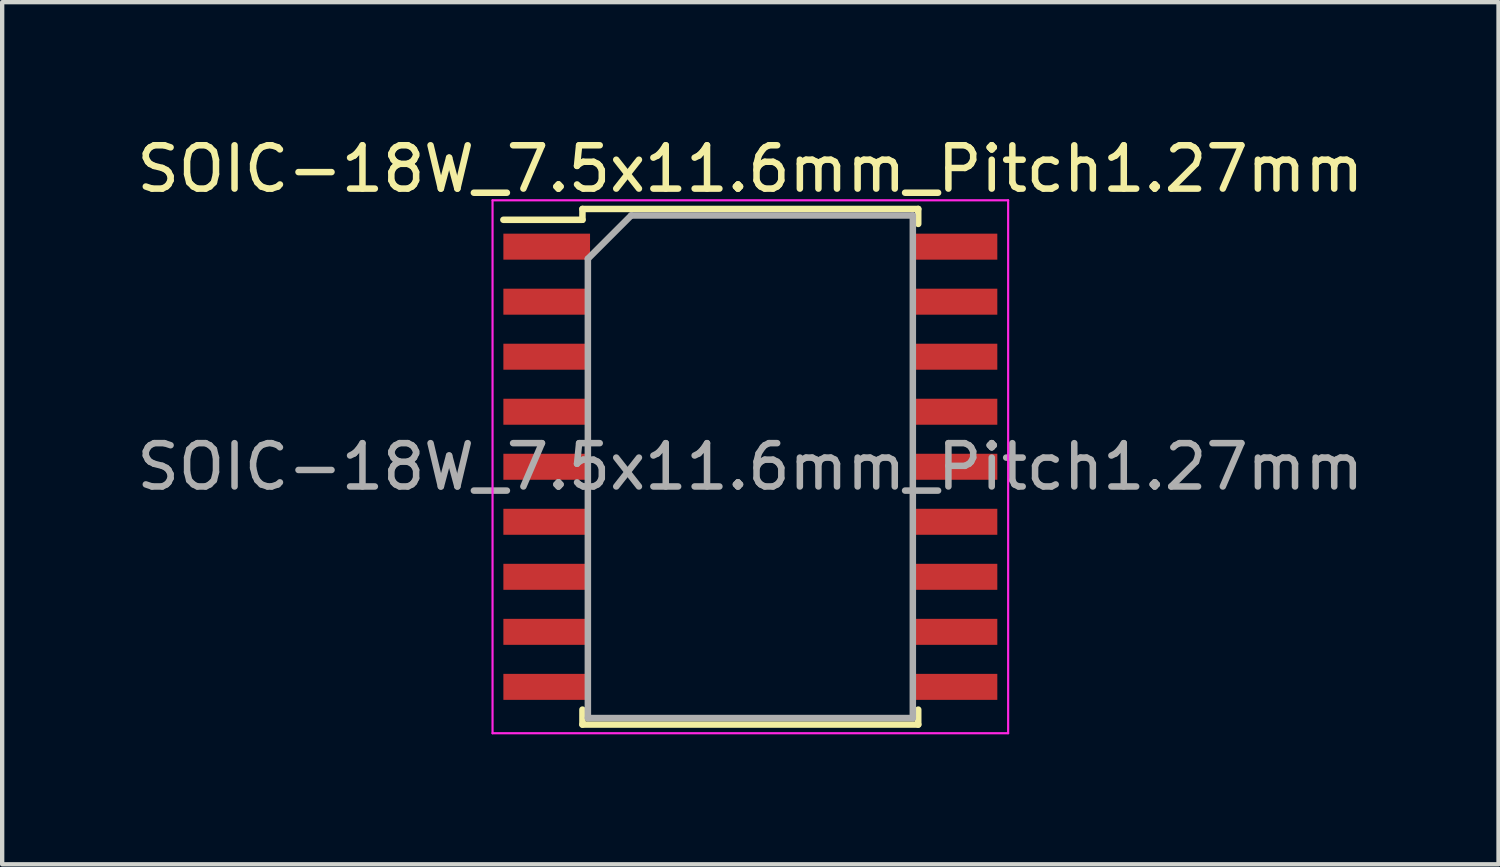
<source format=kicad_pcb>
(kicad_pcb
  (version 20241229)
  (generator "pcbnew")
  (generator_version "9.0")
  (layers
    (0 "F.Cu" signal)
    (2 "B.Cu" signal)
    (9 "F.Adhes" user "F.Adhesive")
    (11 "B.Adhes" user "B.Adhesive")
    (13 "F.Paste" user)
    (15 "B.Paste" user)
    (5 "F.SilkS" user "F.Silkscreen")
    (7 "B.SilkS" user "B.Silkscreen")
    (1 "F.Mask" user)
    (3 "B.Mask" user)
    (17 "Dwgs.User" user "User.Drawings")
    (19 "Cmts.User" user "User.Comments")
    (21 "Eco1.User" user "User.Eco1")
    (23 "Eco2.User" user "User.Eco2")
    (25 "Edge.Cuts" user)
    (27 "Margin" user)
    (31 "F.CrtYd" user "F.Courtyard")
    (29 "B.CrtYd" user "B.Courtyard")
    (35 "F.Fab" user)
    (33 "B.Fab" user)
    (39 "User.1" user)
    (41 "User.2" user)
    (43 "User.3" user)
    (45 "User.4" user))
  (footprint "SOIC-18W_7.5x11.6mm_Pitch1.27mm"
    (layer "F.Cu")
    (at 14.268 7.723)
    (property "Reference" "SOIC-18W_7.5x11.6mm_Pitch1.27mm" (at 0 -6.875 0) (layer "F.SilkS") (effects (font (size 1 1) (thickness 0.15))))
    (attr smd)
    (fp_line (start -3.875 -5.95) (end -3.875 -5.7) (stroke (width 0.15) (type solid)) (layer "F.SilkS"))
    (fp_line (start -3.875 -5.95) (end 3.875 -5.95) (stroke (width 0.15) (type solid)) (layer "F.SilkS"))
    (fp_line (start -3.875 -5.7) (end -5.7 -5.7) (stroke (width 0.15) (type solid)) (layer "F.SilkS"))
    (fp_line (start -3.875 5.95) (end -3.875 5.605) (stroke (width 0.15) (type solid)) (layer "F.SilkS"))
    (fp_line (start -3.875 5.95) (end 3.875 5.95) (stroke (width 0.15) (type solid)) (layer "F.SilkS"))
    (fp_line (start 3.875 -5.95) (end 3.875 -5.605) (stroke (width 0.15) (type solid)) (layer "F.SilkS"))
    (fp_line (start 3.875 5.95) (end 3.875 5.605) (stroke (width 0.15) (type solid)) (layer "F.SilkS"))
    (fp_line (start -5.95 -6.15) (end -5.95 6.15) (stroke (width 0.05) (type solid)) (layer "F.CrtYd"))
    (fp_line (start -5.95 -6.15) (end 5.95 -6.15) (stroke (width 0.05) (type solid)) (layer "F.CrtYd"))
    (fp_line (start -5.95 6.15) (end 5.95 6.15) (stroke (width 0.05) (type solid)) (layer "F.CrtYd"))
    (fp_line (start 5.95 -6.15) (end 5.95 6.15) (stroke (width 0.05) (type solid)) (layer "F.CrtYd"))
    (fp_line (start -3.75 -4.8) (end -2.75 -5.8) (stroke (width 0.15) (type solid)) (layer "F.Fab"))
    (fp_line (start -3.75 5.8) (end -3.75 -4.8) (stroke (width 0.15) (type solid)) (layer "F.Fab"))
    (fp_line (start -2.75 -5.8) (end 3.75 -5.8) (stroke (width 0.15) (type solid)) (layer "F.Fab"))
    (fp_line (start 3.75 -5.8) (end 3.75 5.8) (stroke (width 0.15) (type solid)) (layer "F.Fab"))
    (fp_line (start 3.75 5.8) (end -3.75 5.8) (stroke (width 0.15) (type solid)) (layer "F.Fab"))
    (fp_text user "${REFERENCE}" (at 0 0 0) (layer "F.Fab") (effects (font (size 1 1) (thickness 0.15))))
    (pad "1" smd rect (at -4.7 -5.08) (size 2 0.6) (layers "F.Cu" "F.Mask" "F.Paste"))
    (pad "2" smd rect (at -4.7 -3.81) (size 2 0.6) (layers "F.Cu" "F.Mask" "F.Paste"))
    (pad "3" smd rect (at -4.7 -2.54) (size 2 0.6) (layers "F.Cu" "F.Mask" "F.Paste"))
    (pad "4" smd rect (at -4.7 -1.27) (size 2 0.6) (layers "F.Cu" "F.Mask" "F.Paste"))
    (pad "5" smd rect (at -4.7 0) (size 2 0.6) (layers "F.Cu" "F.Mask" "F.Paste"))
    (pad "6" smd rect (at -4.7 1.27) (size 2 0.6) (layers "F.Cu" "F.Mask" "F.Paste"))
    (pad "7" smd rect (at -4.7 2.54) (size 2 0.6) (layers "F.Cu" "F.Mask" "F.Paste"))
    (pad "8" smd rect (at -4.7 3.81) (size 2 0.6) (layers "F.Cu" "F.Mask" "F.Paste"))
    (pad "9" smd rect (at -4.7 5.08) (size 2 0.6) (layers "F.Cu" "F.Mask" "F.Paste"))
    (pad "10" smd rect (at 4.7 5.08) (size 2 0.6) (layers "F.Cu" "F.Mask" "F.Paste"))
    (pad "11" smd rect (at 4.7 3.81) (size 2 0.6) (layers "F.Cu" "F.Mask" "F.Paste"))
    (pad "12" smd rect (at 4.7 2.54) (size 2 0.6) (layers "F.Cu" "F.Mask" "F.Paste"))
    (pad "13" smd rect (at 4.7 1.27) (size 2 0.6) (layers "F.Cu" "F.Mask" "F.Paste"))
    (pad "14" smd rect (at 4.7 0) (size 2 0.6) (layers "F.Cu" "F.Mask" "F.Paste"))
    (pad "15" smd rect (at 4.7 -1.27) (size 2 0.6) (layers "F.Cu" "F.Mask" "F.Paste"))
    (pad "16" smd rect (at 4.7 -2.54) (size 2 0.6) (layers "F.Cu" "F.Mask" "F.Paste"))
    (pad "17" smd rect (at 4.7 -3.81) (size 2 0.6) (layers "F.Cu" "F.Mask" "F.Paste"))
    (pad "18" smd rect (at 4.7 -5.08) (size 2 0.6) (layers "F.Cu" "F.Mask" "F.Paste")))
  (gr_rect
    (start -3 -3)
    (end 31.536 16.898)
    (stroke (width 0.1) (type default))
    (fill no)
    (layer "Edge.Cuts")))
</source>
